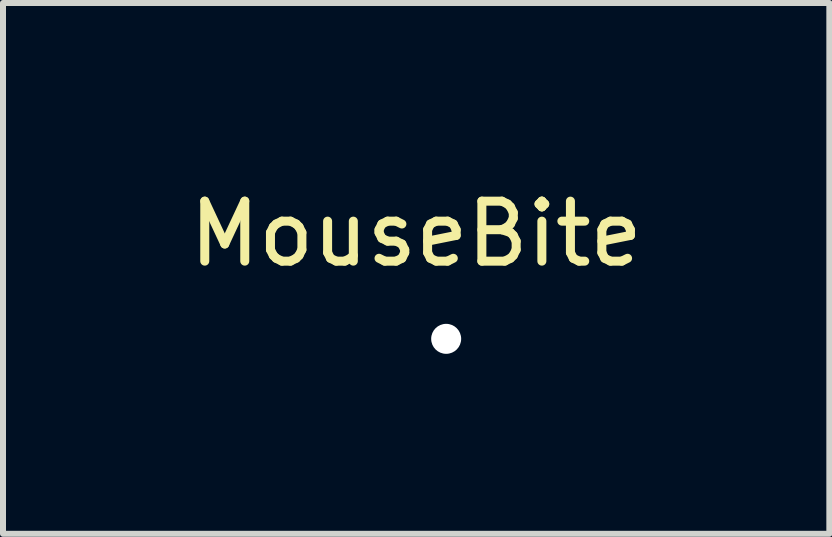
<source format=kicad_pcb>
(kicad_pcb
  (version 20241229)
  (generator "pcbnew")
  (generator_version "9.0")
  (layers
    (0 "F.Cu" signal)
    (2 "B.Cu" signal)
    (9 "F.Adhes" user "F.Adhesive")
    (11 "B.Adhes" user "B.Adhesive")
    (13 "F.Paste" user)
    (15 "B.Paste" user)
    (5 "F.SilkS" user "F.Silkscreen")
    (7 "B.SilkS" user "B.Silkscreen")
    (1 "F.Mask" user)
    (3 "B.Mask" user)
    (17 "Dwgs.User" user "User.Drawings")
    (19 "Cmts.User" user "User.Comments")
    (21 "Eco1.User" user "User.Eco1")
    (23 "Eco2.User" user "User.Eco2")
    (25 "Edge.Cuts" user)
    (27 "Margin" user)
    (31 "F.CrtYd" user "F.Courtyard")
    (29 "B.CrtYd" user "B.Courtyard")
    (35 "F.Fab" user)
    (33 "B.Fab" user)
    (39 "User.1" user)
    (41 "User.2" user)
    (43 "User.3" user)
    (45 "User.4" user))
  (footprint "MouseBite"
    (layer "F.Cu")
    (at 4.387 2.598)
    (property "Reference" "MouseBite" (at -0.5 -1.75 0) (unlocked yes) (layer "F.SilkS") (effects (font (size 1 1) (thickness 0.15))))
    (pad "" np_thru_hole circle (at 0 0) (size 0.5 0.5) (drill 0.5) (layers "*.Cu" "*.Mask")))
  (gr_rect
    (start -3 -3)
    (end 10.774 5.848)
    (stroke (width 0.1) (type default))
    (fill no)
    (layer "Edge.Cuts")))
</source>
